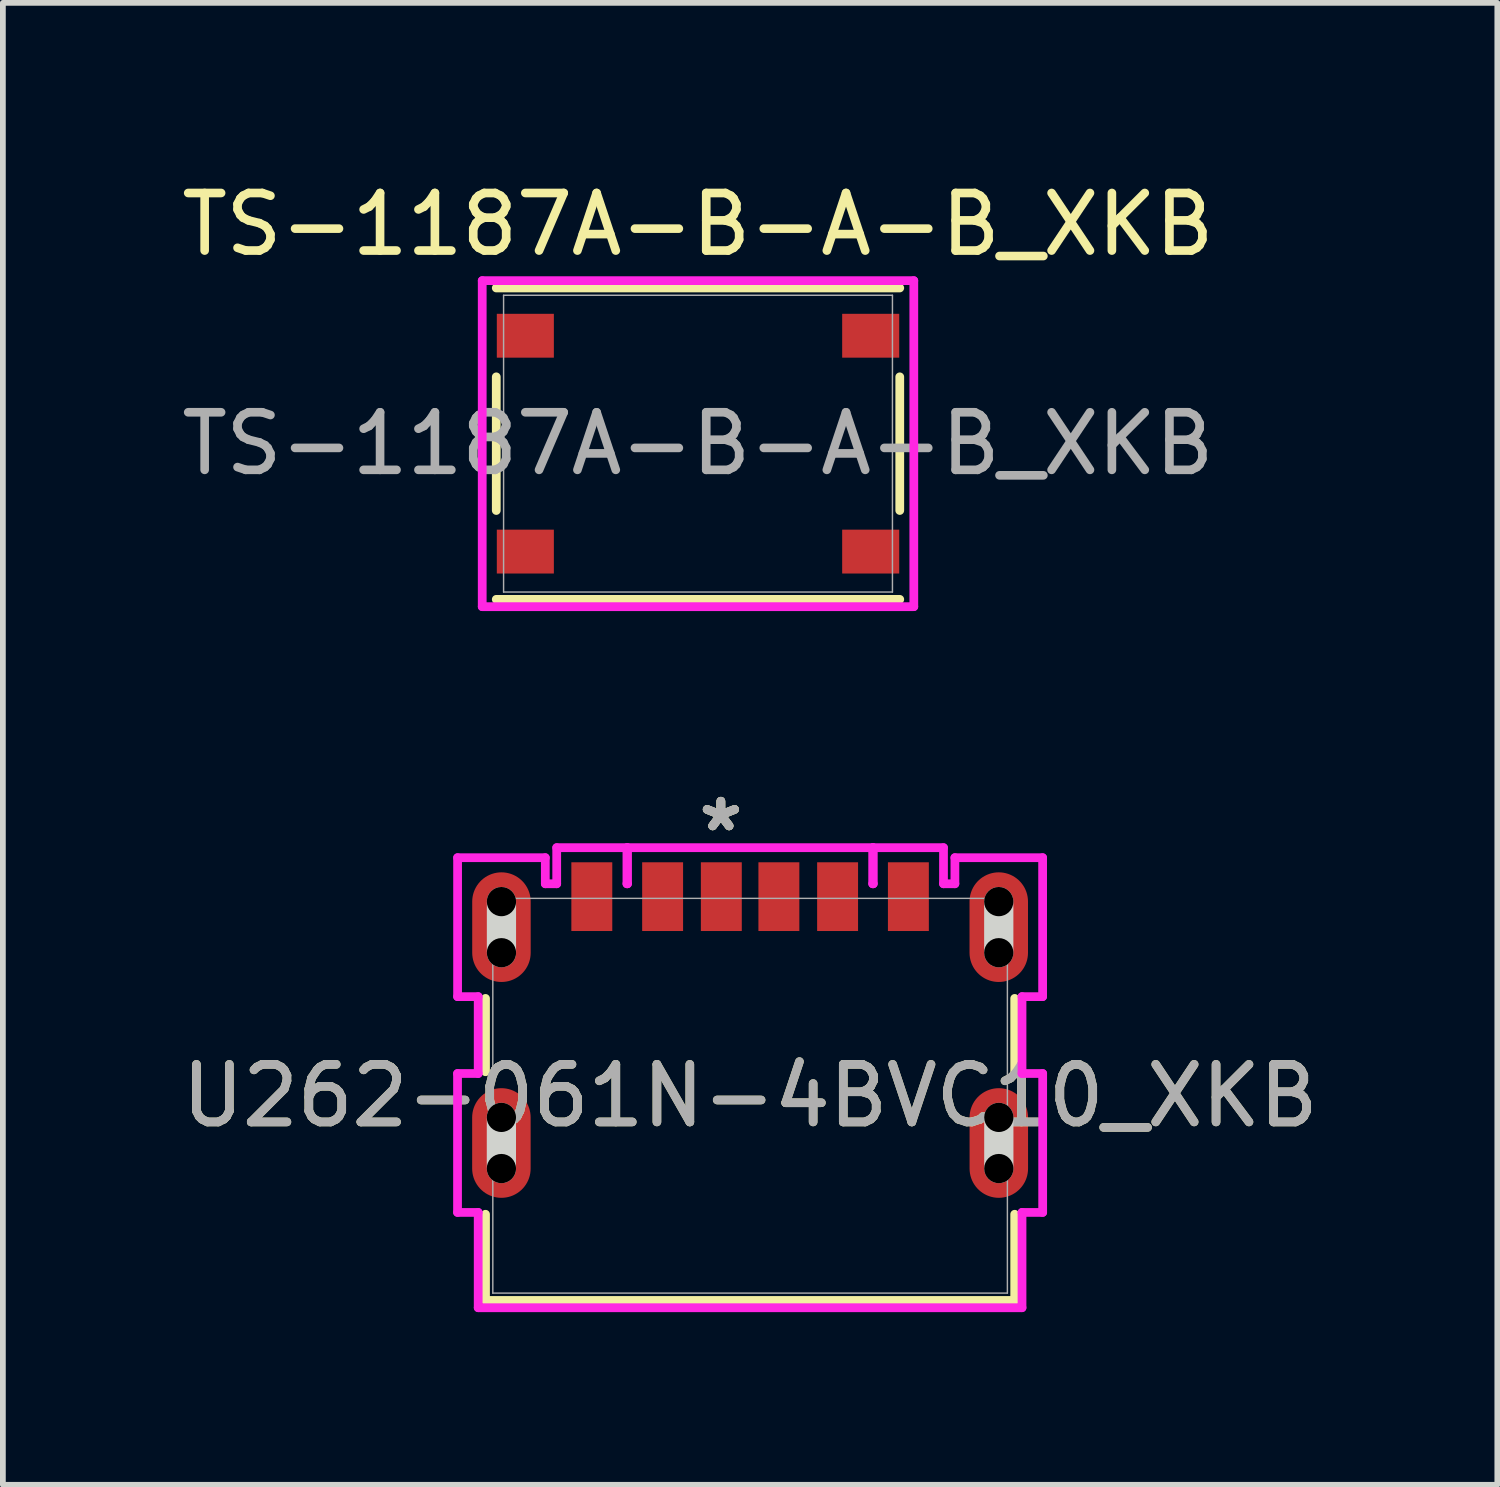
<source format=kicad_pcb>
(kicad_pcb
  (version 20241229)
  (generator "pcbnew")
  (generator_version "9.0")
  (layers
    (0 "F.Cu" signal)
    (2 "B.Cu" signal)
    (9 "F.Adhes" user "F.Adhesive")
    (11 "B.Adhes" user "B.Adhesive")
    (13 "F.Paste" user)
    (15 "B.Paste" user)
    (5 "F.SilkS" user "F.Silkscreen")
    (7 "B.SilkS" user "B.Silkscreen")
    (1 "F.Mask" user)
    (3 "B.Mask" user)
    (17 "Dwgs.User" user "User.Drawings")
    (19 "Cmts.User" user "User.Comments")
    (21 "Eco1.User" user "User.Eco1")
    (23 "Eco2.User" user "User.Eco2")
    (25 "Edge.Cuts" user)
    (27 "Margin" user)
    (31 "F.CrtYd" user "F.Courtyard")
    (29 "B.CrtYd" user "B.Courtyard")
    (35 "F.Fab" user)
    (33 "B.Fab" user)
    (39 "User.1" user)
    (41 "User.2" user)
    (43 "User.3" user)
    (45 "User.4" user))
  (footprint "U262-061N-4BVC10_XKB"
    (layer "F.Cu")
    (at 9.982 15.987)
    (property "Reference" "U262-061N-4BVC10_XKB" (at 0 0 0) (unlocked yes) (layer "F.SilkS") (effects (font (size 1 1) (thickness 0.15))))
    (attr smd)
    (fp_line (start -4.597 -1.691) (end -4.597 -0.417) (stroke (width 0.152) (type solid)) (layer "F.SilkS"))
    (fp_line (start -4.597 2.059) (end -4.597 3.556) (stroke (width 0.152) (type solid)) (layer "F.SilkS"))
    (fp_line (start -4.597 3.556) (end 4.597 3.556) (stroke (width 0.152) (type solid)) (layer "F.SilkS"))
    (fp_line (start 4.597 -0.417) (end 4.597 -1.691) (stroke (width 0.152) (type solid)) (layer "F.SilkS"))
    (fp_line (start 4.597 3.556) (end 4.597 2.059) (stroke (width 0.152) (type solid)) (layer "F.SilkS"))
    (fp_line (start -4.321 1.265) (end -4.321 0.376) (stroke (width 0.508) (type solid)) (layer "Edge.Cuts"))
    (fp_line (start -4.32 -2.485) (end -4.32 -3.373) (stroke (width 0.508) (type solid)) (layer "Edge.Cuts"))
    (fp_line (start 4.32 -2.485) (end 4.32 -3.373) (stroke (width 0.508) (type solid)) (layer "Edge.Cuts"))
    (fp_line (start 4.321 1.265) (end 4.321 0.376) (stroke (width 0.508) (type solid)) (layer "Edge.Cuts"))
    (fp_line (start -5.083 -0.386) (end -5.083 2.027) (stroke (width 0.152) (type solid)) (layer "F.CrtYd"))
    (fp_line (start -5.083 2.027) (end -4.724 2.027) (stroke (width 0.152) (type solid)) (layer "F.CrtYd"))
    (fp_line (start -5.082 -4.136) (end -5.082 -1.722) (stroke (width 0.152) (type solid)) (layer "F.CrtYd"))
    (fp_line (start -5.082 -1.722) (end -4.724 -1.722) (stroke (width 0.152) (type solid)) (layer "F.CrtYd"))
    (fp_line (start -4.724 -1.722) (end -4.724 -0.386) (stroke (width 0.152) (type solid)) (layer "F.CrtYd"))
    (fp_line (start -4.724 -0.386) (end -5.083 -0.386) (stroke (width 0.152) (type solid)) (layer "F.CrtYd"))
    (fp_line (start -4.724 2.027) (end -4.724 3.683) (stroke (width 0.152) (type solid)) (layer "F.CrtYd"))
    (fp_line (start -4.724 3.683) (end 4.724 3.683) (stroke (width 0.152) (type solid)) (layer "F.CrtYd"))
    (fp_line (start -3.558 -4.136) (end -5.082 -4.136) (stroke (width 0.152) (type solid)) (layer "F.CrtYd"))
    (fp_line (start -3.558 -3.683) (end -3.558 -4.136) (stroke (width 0.152) (type solid)) (layer "F.CrtYd"))
    (fp_line (start -3.36 -4.31) (end -3.36 -3.683) (stroke (width 0.152) (type solid)) (layer "F.CrtYd"))
    (fp_line (start -3.36 -3.683) (end -3.558 -3.683) (stroke (width 0.152) (type solid)) (layer "F.CrtYd"))
    (fp_line (start -2.14 -4.31) (end -3.36 -4.31) (stroke (width 0.152) (type solid)) (layer "F.CrtYd"))
    (fp_line (start -2.14 -3.683) (end -2.14 -4.31) (stroke (width 0.152) (type solid)) (layer "F.CrtYd"))
    (fp_line (start -2.13 -4.31) (end -2.13 -3.683) (stroke (width 0.152) (type solid)) (layer "F.CrtYd"))
    (fp_line (start -2.13 -3.683) (end -2.14 -3.683) (stroke (width 0.152) (type solid)) (layer "F.CrtYd"))
    (fp_line (start 2.13 -4.31) (end -2.13 -4.31) (stroke (width 0.152) (type solid)) (layer "F.CrtYd"))
    (fp_line (start 2.13 -3.683) (end 2.13 -4.31) (stroke (width 0.152) (type solid)) (layer "F.CrtYd"))
    (fp_line (start 2.14 -4.31) (end 2.14 -3.683) (stroke (width 0.152) (type solid)) (layer "F.CrtYd"))
    (fp_line (start 2.14 -3.683) (end 2.13 -3.683) (stroke (width 0.152) (type solid)) (layer "F.CrtYd"))
    (fp_line (start 3.36 -4.31) (end 2.14 -4.31) (stroke (width 0.152) (type solid)) (layer "F.CrtYd"))
    (fp_line (start 3.36 -3.683) (end 3.36 -4.31) (stroke (width 0.152) (type solid)) (layer "F.CrtYd"))
    (fp_line (start 3.558 -4.136) (end 3.558 -3.683) (stroke (width 0.152) (type solid)) (layer "F.CrtYd"))
    (fp_line (start 3.558 -3.683) (end 3.36 -3.683) (stroke (width 0.152) (type solid)) (layer "F.CrtYd"))
    (fp_line (start 4.724 -1.722) (end 5.082 -1.722) (stroke (width 0.152) (type solid)) (layer "F.CrtYd"))
    (fp_line (start 4.724 -0.386) (end 4.724 -1.722) (stroke (width 0.152) (type solid)) (layer "F.CrtYd"))
    (fp_line (start 4.724 2.027) (end 5.083 2.027) (stroke (width 0.152) (type solid)) (layer "F.CrtYd"))
    (fp_line (start 4.724 3.683) (end 4.724 2.027) (stroke (width 0.152) (type solid)) (layer "F.CrtYd"))
    (fp_line (start 5.082 -4.136) (end 3.558 -4.136) (stroke (width 0.152) (type solid)) (layer "F.CrtYd"))
    (fp_line (start 5.082 -1.722) (end 5.082 -4.136) (stroke (width 0.152) (type solid)) (layer "F.CrtYd"))
    (fp_line (start 5.083 -0.386) (end 4.724 -0.386) (stroke (width 0.152) (type solid)) (layer "F.CrtYd"))
    (fp_line (start 5.083 2.027) (end 5.083 -0.386) (stroke (width 0.152) (type solid)) (layer "F.CrtYd"))
    (fp_line (start -4.47 -3.429) (end -4.47 3.429) (stroke (width 0.025) (type solid)) (layer "F.Fab"))
    (fp_line (start -4.47 3.429) (end 4.47 3.429) (stroke (width 0.025) (type solid)) (layer "F.Fab"))
    (fp_line (start 4.47 -3.429) (end -4.47 -3.429) (stroke (width 0.025) (type solid)) (layer "F.Fab"))
    (fp_line (start 4.47 3.429) (end 4.47 -3.429) (stroke (width 0.025) (type solid)) (layer "F.Fab"))
    (fp_text user "*" (at -0.508 -4.572 0) (layer "F.SilkS") (effects (font (size 1 1) (thickness 0.15))))
    (fp_text user "*" (at -0.508 -4.572 0) (unlocked yes) (layer "F.SilkS") (effects (font (size 1 1) (thickness 0.15))))
    (fp_text user "${REFERENCE}" (at 0 0 0) (unlocked yes) (layer "F.Fab") (effects (font (size 1 1) (thickness 0.15))))
    (fp_text user "*" (at -0.508 -4.572 0) (layer "F.Fab") (effects (font (size 1 1) (thickness 0.15))))
    (fp_text user "*" (at -0.508 -4.572 0) (unlocked yes) (layer "F.Fab") (effects (font (size 1 1) (thickness 0.15))))
    (pad "" np_thru_hole circle (at -4.321 0.376) (size 0.508 0.508) (drill 0.508) (layers))
    (pad "" np_thru_hole circle (at -4.321 1.265) (size 0.508 0.508) (drill 0.508) (layers))
    (pad "" np_thru_hole circle (at -4.32 -3.373) (size 0.508 0.508) (drill 0.508) (layers))
    (pad "" np_thru_hole circle (at -4.32 -2.485) (size 0.508 0.508) (drill 0.508) (layers))
    (pad "" np_thru_hole circle (at 4.32 -3.373) (size 0.508 0.508) (drill 0.508) (layers))
    (pad "" np_thru_hole circle (at 4.32 -2.485) (size 0.508 0.508) (drill 0.508) (layers))
    (pad "" np_thru_hole circle (at 4.321 0.376) (size 0.508 0.508) (drill 0.508) (layers))
    (pad "" np_thru_hole circle (at 4.321 1.265) (size 0.508 0.508) (drill 0.508) (layers))
    (pad "7" smd oval (at -4.32 -2.929) (size 1.016 1.905) (layers "F.Cu" "F.Mask" "F.Paste"))
    (pad "8" smd oval (at 4.32 -2.929) (size 1.016 1.905) (layers "F.Cu" "F.Mask" "F.Paste"))
    (pad "9" smd oval (at -4.321 0.821) (size 1.016 1.905) (layers "F.Cu" "F.Mask" "F.Paste"))
    (pad "10" smd oval (at 4.321 0.821) (size 1.016 1.905) (layers "F.Cu" "F.Mask" "F.Paste"))
    (pad "A5" smd rect (at -0.5 -3.459) (size 0.711 1.194) (layers "F.Cu" "F.Mask" "F.Paste"))
    (pad "A9" smd rect (at 1.52 -3.459) (size 0.711 1.194) (layers "F.Cu" "F.Mask" "F.Paste"))
    (pad "A12" smd rect (at 2.75 -3.459) (size 0.711 1.194) (layers "F.Cu" "F.Mask" "F.Paste"))
    (pad "B5" smd rect (at 0.5 -3.459) (size 0.711 1.194) (layers "F.Cu" "F.Mask" "F.Paste"))
    (pad "B9" smd rect (at -1.52 -3.459) (size 0.711 1.194) (layers "F.Cu" "F.Mask" "F.Paste"))
    (pad "B12" smd rect (at -2.75 -3.459) (size 0.711 1.194) (layers "F.Cu" "F.Mask" "F.Paste")))
  (footprint "TS-1187A-B-A-B_XKB"
    (layer "F.Cu")
    (at 9.077 4.658)
    (property "Reference" "TS-1187A-B-A-B_XKB" (at 0 -3.81 0) (unlocked yes) (layer "F.SilkS") (effects (font (size 1 1) (thickness 0.15))))
    (attr smd)
    (fp_line (start -3.505 -1.161) (end -3.505 1.161) (stroke (width 0.152) (type solid)) (layer "F.SilkS"))
    (fp_line (start -3.505 2.705) (end 3.505 2.705) (stroke (width 0.152) (type solid)) (layer "F.SilkS"))
    (fp_line (start 3.505 -2.705) (end -3.505 -2.705) (stroke (width 0.152) (type solid)) (layer "F.SilkS"))
    (fp_line (start 3.505 1.161) (end 3.505 -1.161) (stroke (width 0.152) (type solid)) (layer "F.SilkS"))
    (fp_line (start -3.749 -2.832) (end -3.749 2.832) (stroke (width 0.152) (type solid)) (layer "F.CrtYd"))
    (fp_line (start -3.749 2.832) (end 3.749 2.832) (stroke (width 0.152) (type solid)) (layer "F.CrtYd"))
    (fp_line (start 3.749 -2.832) (end -3.749 -2.832) (stroke (width 0.152) (type solid)) (layer "F.CrtYd"))
    (fp_line (start 3.749 2.832) (end 3.749 -2.832) (stroke (width 0.152) (type solid)) (layer "F.CrtYd"))
    (fp_line (start -3.378 -2.578) (end -3.378 2.578) (stroke (width 0.025) (type solid)) (layer "F.Fab"))
    (fp_line (start -3.378 2.578) (end 3.378 2.578) (stroke (width 0.025) (type solid)) (layer "F.Fab"))
    (fp_line (start 3.378 -2.578) (end -3.378 -2.578) (stroke (width 0.025) (type solid)) (layer "F.Fab"))
    (fp_line (start 3.378 2.578) (end 3.378 -2.578) (stroke (width 0.025) (type solid)) (layer "F.Fab"))
    (fp_text user "${REFERENCE}" (at 0 0 0) (unlocked yes) (layer "F.Fab") (effects (font (size 1 1) (thickness 0.15))))
    (pad "1" smd rect (at -3 -1.875) (size 0.991 0.762) (layers "F.Cu" "F.Mask" "F.Paste"))
    (pad "2" smd rect (at 3 -1.875) (size 0.991 0.762) (layers "F.Cu" "F.Mask" "F.Paste"))
    (pad "3" smd rect (at -3 1.875) (size 0.991 0.762) (layers "F.Cu" "F.Mask" "F.Paste"))
    (pad "4" smd rect (at 3 1.875) (size 0.991 0.762) (layers "F.Cu" "F.Mask" "F.Paste")))
  (gr_rect
    (start -3 -3)
    (end 22.964 22.746)
    (stroke (width 0.1) (type default))
    (fill no)
    (layer "Edge.Cuts")))
</source>
